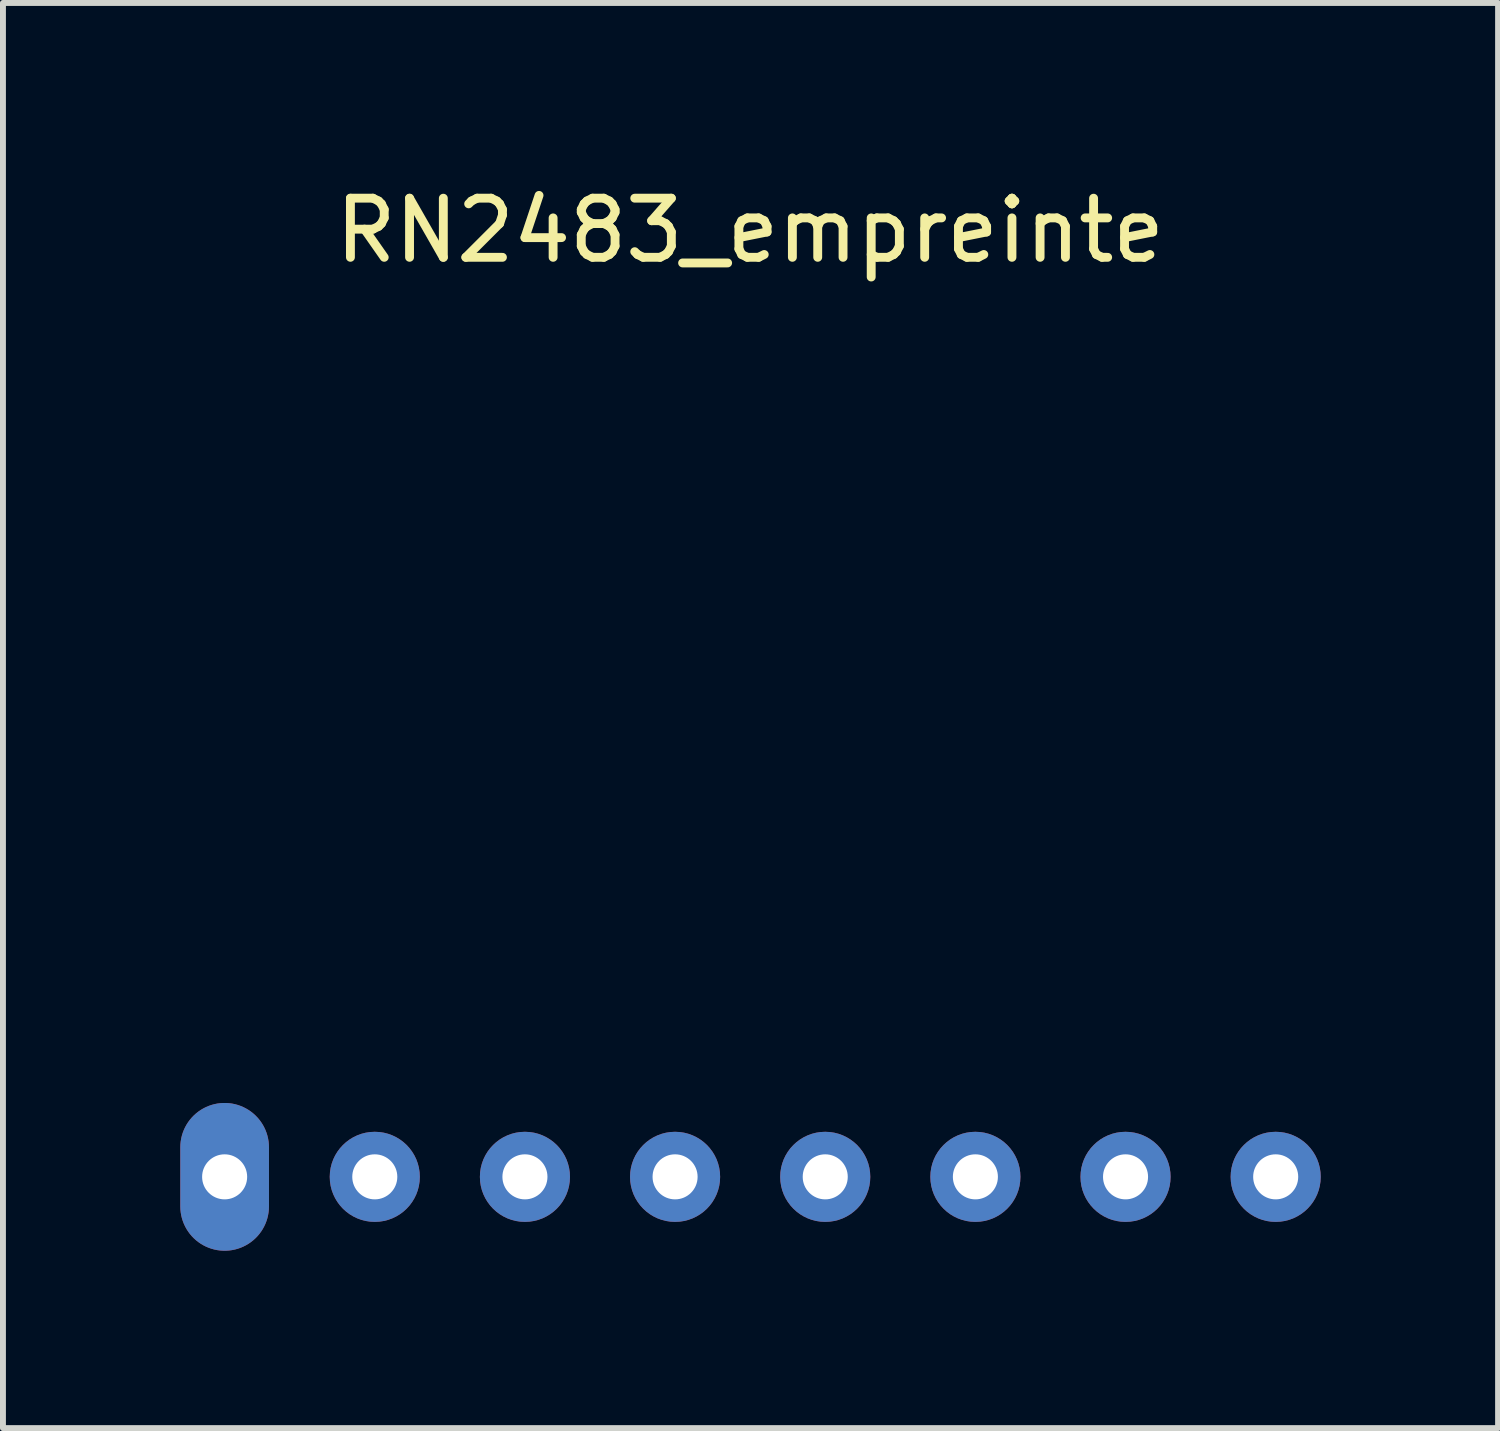
<source format=kicad_pcb>
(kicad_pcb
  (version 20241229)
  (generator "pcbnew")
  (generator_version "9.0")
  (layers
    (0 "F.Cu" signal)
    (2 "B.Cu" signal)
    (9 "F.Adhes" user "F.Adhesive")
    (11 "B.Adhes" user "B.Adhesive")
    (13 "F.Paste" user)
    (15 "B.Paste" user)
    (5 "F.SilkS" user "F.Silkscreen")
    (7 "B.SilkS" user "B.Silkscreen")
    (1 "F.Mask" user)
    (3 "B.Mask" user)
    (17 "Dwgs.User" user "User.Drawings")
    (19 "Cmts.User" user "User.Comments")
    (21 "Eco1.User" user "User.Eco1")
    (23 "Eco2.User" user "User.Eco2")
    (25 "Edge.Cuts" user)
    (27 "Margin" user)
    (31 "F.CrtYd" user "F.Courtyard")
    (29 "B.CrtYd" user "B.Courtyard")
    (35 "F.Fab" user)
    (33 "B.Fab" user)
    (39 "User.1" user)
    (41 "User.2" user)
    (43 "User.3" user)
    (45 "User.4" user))
  (footprint "RN2483_empreinte"
    (layer "F.Cu")
    (at 9.64 0.348)
    (property "Reference" "RN2483_empreinte" (at 0 0.5 0) (layer "F.SilkS") (effects (font (size 1 1) (thickness 0.15))))
    (attr through_hole)
    (pad "1" thru_hole oval (at -8.89 16.51) (size 1.5 2.5) (drill 0.762) (layers "*.Cu" "*.Mask"))
    (pad "2" thru_hole circle (at -6.35 16.51) (size 1.524 1.524) (drill 0.762) (layers "*.Cu" "*.Mask"))
    (pad "3" thru_hole circle (at -3.81 16.51) (size 1.524 1.524) (drill 0.762) (layers "*.Cu" "*.Mask"))
    (pad "4" thru_hole circle (at -1.27 16.51) (size 1.524 1.524) (drill 0.762) (layers "*.Cu" "*.Mask"))
    (pad "5" thru_hole circle (at 1.27 16.51) (size 1.524 1.524) (drill 0.762) (layers "*.Cu" "*.Mask"))
    (pad "6" thru_hole circle (at 3.81 16.51) (size 1.524 1.524) (drill 0.762) (layers "*.Cu" "*.Mask"))
    (pad "7" thru_hole circle (at 6.35 16.51) (size 1.524 1.524) (drill 0.762) (layers "*.Cu" "*.Mask"))
    (pad "8" thru_hole circle (at 8.89 16.51) (size 1.524 1.524) (drill 0.762) (layers "*.Cu" "*.Mask")))
  (gr_rect
    (start -3 -3)
    (end 22.292 21.108)
    (stroke (width 0.1) (type default))
    (fill no)
    (layer "Edge.Cuts")))
</source>
